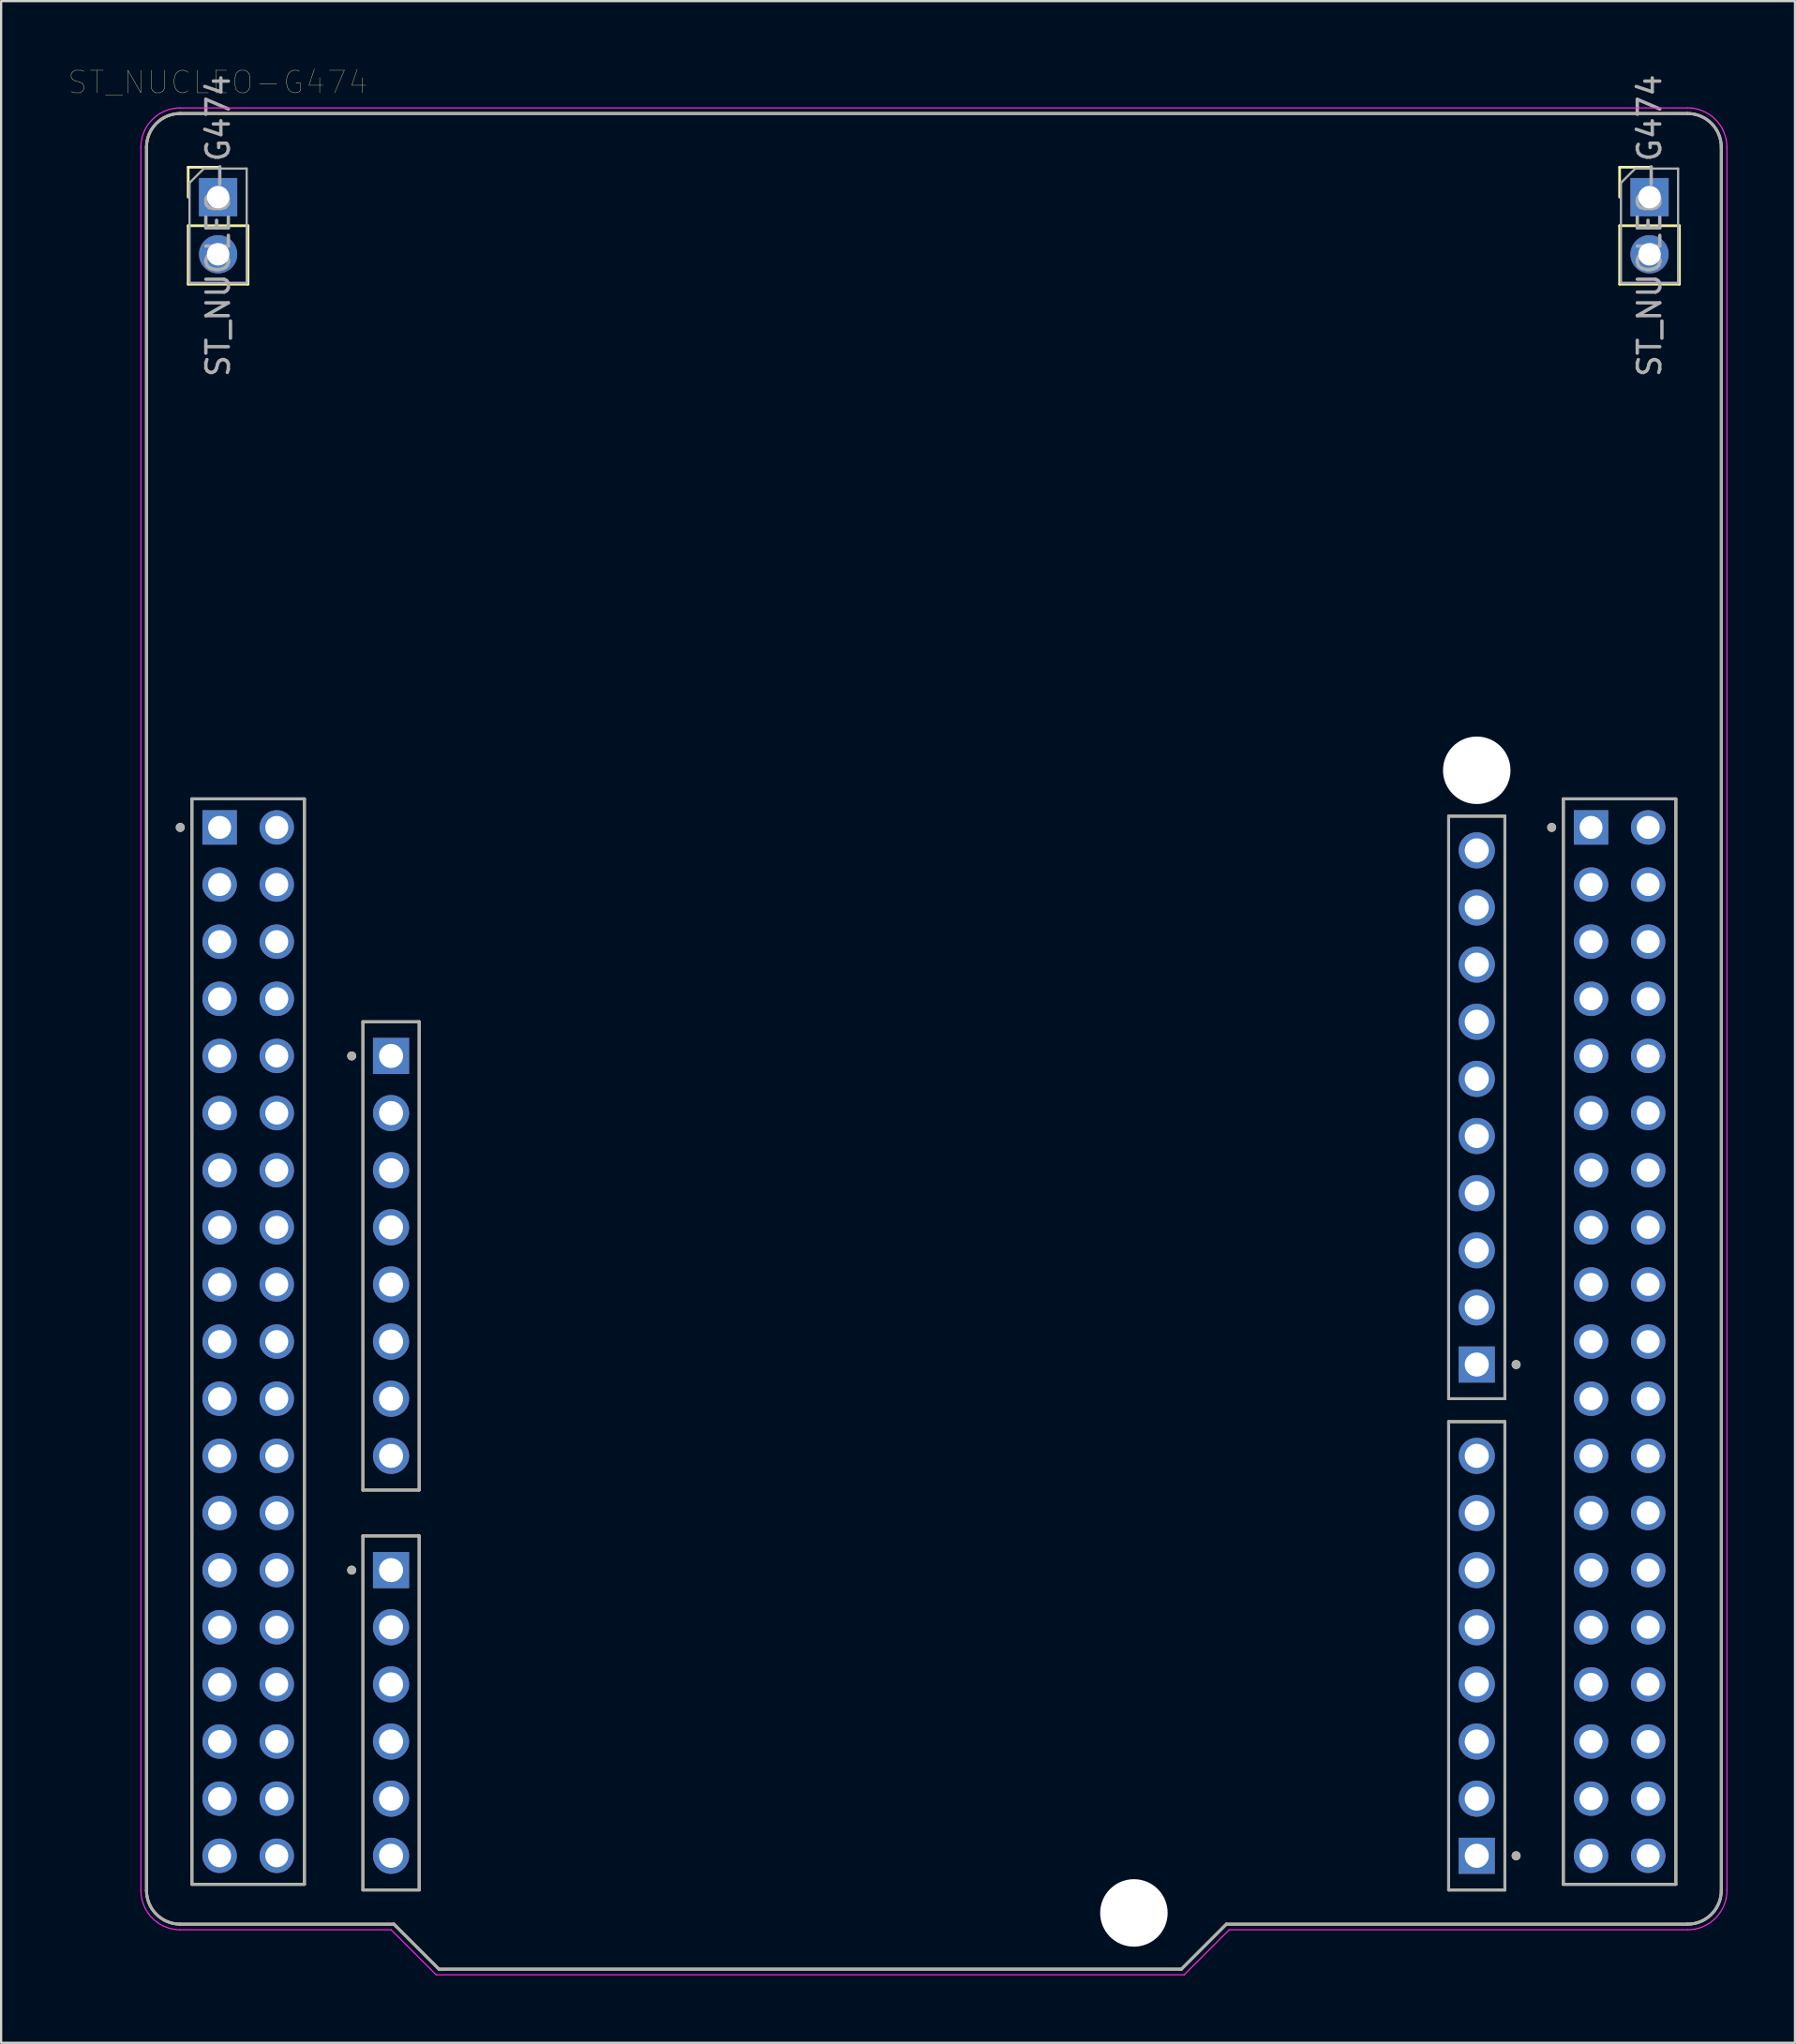
<source format=kicad_pcb>
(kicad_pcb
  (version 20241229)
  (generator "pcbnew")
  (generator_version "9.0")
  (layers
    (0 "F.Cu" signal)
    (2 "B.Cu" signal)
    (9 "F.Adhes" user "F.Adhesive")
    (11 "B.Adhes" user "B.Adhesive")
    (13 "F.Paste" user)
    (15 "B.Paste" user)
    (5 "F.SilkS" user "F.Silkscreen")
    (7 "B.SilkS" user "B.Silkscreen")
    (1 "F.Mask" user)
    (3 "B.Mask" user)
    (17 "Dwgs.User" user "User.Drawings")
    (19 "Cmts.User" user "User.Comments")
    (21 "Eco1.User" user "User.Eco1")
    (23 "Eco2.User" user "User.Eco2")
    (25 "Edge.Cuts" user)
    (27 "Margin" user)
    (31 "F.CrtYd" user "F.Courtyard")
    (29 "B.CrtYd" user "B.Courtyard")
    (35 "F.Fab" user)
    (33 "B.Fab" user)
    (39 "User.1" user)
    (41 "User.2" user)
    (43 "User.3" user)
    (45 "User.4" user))
  (footprint "ST_NUCLEO-G474"
    (layer "F.Cu")
    (at 38.462 43.246)
    (property "Reference" "ST_NUCLEO-G474" (at -31.825 -42.635 0) (layer "F.SilkS") (effects (font (size 1 1) (thickness 0.015))))
    (attr through_hole)
    (fp_line (start -35 37.75) (end -35 -39.75) (stroke (width 0.127) (type solid)) (layer "F.SilkS"))
    (fp_line (start -33.5 -41.25) (end 33.5 -41.25) (stroke (width 0.127) (type solid)) (layer "F.SilkS"))
    (fp_line (start -33.147 -38.862) (end -31.817 -38.862) (stroke (width 0.12) (type solid)) (layer "F.SilkS"))
    (fp_line (start -33.147 -37.532) (end -33.147 -38.862) (stroke (width 0.12) (type solid)) (layer "F.SilkS"))
    (fp_line (start -33.147 -36.262) (end -33.147 -33.662) (stroke (width 0.12) (type solid)) (layer "F.SilkS"))
    (fp_line (start -33.147 -36.262) (end -30.487 -36.262) (stroke (width 0.12) (type solid)) (layer "F.SilkS"))
    (fp_line (start -33.147 -33.662) (end -30.487 -33.662) (stroke (width 0.12) (type solid)) (layer "F.SilkS"))
    (fp_line (start -32.98 -10.78) (end -32.98 37.48) (stroke (width 0.127) (type solid)) (layer "F.SilkS"))
    (fp_line (start -32.98 37.48) (end -27.98 37.48) (stroke (width 0.127) (type solid)) (layer "F.SilkS"))
    (fp_line (start -30.487 -36.262) (end -30.487 -33.662) (stroke (width 0.12) (type solid)) (layer "F.SilkS"))
    (fp_line (start -27.98 -10.78) (end -32.98 -10.78) (stroke (width 0.127) (type solid)) (layer "F.SilkS"))
    (fp_line (start -27.98 37.48) (end -27.98 -10.78) (stroke (width 0.127) (type solid)) (layer "F.SilkS"))
    (fp_line (start -25.38 -0.87) (end -25.38 19.95) (stroke (width 0.127) (type solid)) (layer "F.SilkS"))
    (fp_line (start -25.38 19.95) (end -22.88 19.95) (stroke (width 0.127) (type solid)) (layer "F.SilkS"))
    (fp_line (start -25.38 21.99) (end -25.38 37.73) (stroke (width 0.127) (type solid)) (layer "F.SilkS"))
    (fp_line (start -25.38 37.73) (end -22.88 37.73) (stroke (width 0.127) (type solid)) (layer "F.SilkS"))
    (fp_line (start -24 39.25) (end -33.5 39.25) (stroke (width 0.127) (type solid)) (layer "F.SilkS"))
    (fp_line (start -22.88 -0.87) (end -25.38 -0.87) (stroke (width 0.127) (type solid)) (layer "F.SilkS"))
    (fp_line (start -22.88 19.95) (end -22.88 -0.87) (stroke (width 0.127) (type solid)) (layer "F.SilkS"))
    (fp_line (start -22.88 21.99) (end -25.38 21.99) (stroke (width 0.127) (type solid)) (layer "F.SilkS"))
    (fp_line (start -22.88 37.73) (end -22.88 21.99) (stroke (width 0.127) (type solid)) (layer "F.SilkS"))
    (fp_line (start -22 41.25) (end -24 39.25) (stroke (width 0.127) (type solid)) (layer "F.SilkS"))
    (fp_line (start 11 41.25) (end -22 41.25) (stroke (width 0.127) (type solid)) (layer "F.SilkS"))
    (fp_line (start 13 39.25) (end 11 41.25) (stroke (width 0.127) (type solid)) (layer "F.SilkS"))
    (fp_line (start 22.88 -10.01) (end 22.88 15.89) (stroke (width 0.127) (type solid)) (layer "F.SilkS"))
    (fp_line (start 22.88 15.89) (end 25.38 15.89) (stroke (width 0.127) (type solid)) (layer "F.SilkS"))
    (fp_line (start 22.88 16.91) (end 22.88 37.73) (stroke (width 0.127) (type solid)) (layer "F.SilkS"))
    (fp_line (start 22.88 37.73) (end 25.38 37.73) (stroke (width 0.127) (type solid)) (layer "F.SilkS"))
    (fp_line (start 25.38 -10.01) (end 22.88 -10.01) (stroke (width 0.127) (type solid)) (layer "F.SilkS"))
    (fp_line (start 25.38 15.89) (end 25.38 -10.01) (stroke (width 0.127) (type solid)) (layer "F.SilkS"))
    (fp_line (start 25.38 16.91) (end 22.88 16.91) (stroke (width 0.127) (type solid)) (layer "F.SilkS"))
    (fp_line (start 25.38 37.73) (end 25.38 16.91) (stroke (width 0.127) (type solid)) (layer "F.SilkS"))
    (fp_line (start 27.98 -10.78) (end 27.98 37.48) (stroke (width 0.127) (type solid)) (layer "F.SilkS"))
    (fp_line (start 27.98 37.48) (end 32.98 37.48) (stroke (width 0.127) (type solid)) (layer "F.SilkS"))
    (fp_line (start 30.48 -38.862) (end 31.81 -38.862) (stroke (width 0.12) (type solid)) (layer "F.SilkS"))
    (fp_line (start 30.48 -37.532) (end 30.48 -38.862) (stroke (width 0.12) (type solid)) (layer "F.SilkS"))
    (fp_line (start 30.48 -36.262) (end 30.48 -33.662) (stroke (width 0.12) (type solid)) (layer "F.SilkS"))
    (fp_line (start 30.48 -36.262) (end 33.14 -36.262) (stroke (width 0.12) (type solid)) (layer "F.SilkS"))
    (fp_line (start 30.48 -33.662) (end 33.14 -33.662) (stroke (width 0.12) (type solid)) (layer "F.SilkS"))
    (fp_line (start 32.98 -10.78) (end 27.98 -10.78) (stroke (width 0.127) (type solid)) (layer "F.SilkS"))
    (fp_line (start 32.98 37.48) (end 32.98 -10.78) (stroke (width 0.127) (type solid)) (layer "F.SilkS"))
    (fp_line (start 33.14 -36.262) (end 33.14 -33.662) (stroke (width 0.12) (type solid)) (layer "F.SilkS"))
    (fp_line (start 33.5 39.25) (end 13 39.25) (stroke (width 0.127) (type solid)) (layer "F.SilkS"))
    (fp_line (start 35 -39.75) (end 35 37.75) (stroke (width 0.127) (type solid)) (layer "F.SilkS"))
    (fp_arc (start -35 -39.75) (mid -34.56066 -40.81066) (end -33.5 -41.25) (stroke (width 0.127) (type solid)) (layer "F.SilkS"))
    (fp_arc (start -33.5 39.25) (mid -34.56066 38.81066) (end -35 37.75) (stroke (width 0.127) (type solid)) (layer "F.SilkS"))
    (fp_arc (start 33.5 -41.25) (mid 34.56066 -40.81066) (end 35 -39.75) (stroke (width 0.127) (type solid)) (layer "F.SilkS"))
    (fp_arc (start 35 37.75) (mid 34.56066 38.81066) (end 33.5 39.25) (stroke (width 0.127) (type solid)) (layer "F.SilkS"))
    (fp_circle (center -33.5 -9.51) (end -33.4 -9.51) (stroke (width 0.2) (type solid)) (fill no) (layer "F.SilkS"))
    (fp_circle (center -25.88 0.65) (end -25.78 0.65) (stroke (width 0.2) (type solid)) (fill no) (layer "F.SilkS"))
    (fp_circle (center -25.88 23.51) (end -25.78 23.51) (stroke (width 0.2) (type solid)) (fill no) (layer "F.SilkS"))
    (fp_circle (center 25.88 14.37) (end 25.98 14.37) (stroke (width 0.2) (type solid)) (fill no) (layer "F.SilkS"))
    (fp_circle (center 25.88 36.21) (end 25.98 36.21) (stroke (width 0.2) (type solid)) (fill no) (layer "F.SilkS"))
    (fp_circle (center 27.46 -9.51) (end 27.56 -9.51) (stroke (width 0.2) (type solid)) (fill no) (layer "F.SilkS"))
    (fp_line (start -35.25 37.75) (end -35.25 -39.75) (stroke (width 0.05) (type solid)) (layer "F.CrtYd"))
    (fp_line (start -33.5 -41.5) (end 33.5 -41.5) (stroke (width 0.05) (type solid)) (layer "F.CrtYd"))
    (fp_line (start -24.125 39.5) (end -33.5 39.5) (stroke (width 0.05) (type solid)) (layer "F.CrtYd"))
    (fp_line (start -22.125 41.5) (end -24.125 39.5) (stroke (width 0.05) (type solid)) (layer "F.CrtYd"))
    (fp_line (start 11.125 41.5) (end -22.125 41.5) (stroke (width 0.05) (type solid)) (layer "F.CrtYd"))
    (fp_line (start 13.125 39.5) (end 11.125 41.5) (stroke (width 0.05) (type solid)) (layer "F.CrtYd"))
    (fp_line (start 33.5 39.5) (end 13.125 39.5) (stroke (width 0.05) (type solid)) (layer "F.CrtYd"))
    (fp_line (start 35.25 -39.75) (end 35.25 37.75) (stroke (width 0.05) (type solid)) (layer "F.CrtYd"))
    (fp_arc (start -35.25 -39.75) (mid -34.737437 -40.987437) (end -33.5 -41.5) (stroke (width 0.05) (type solid)) (layer "F.CrtYd"))
    (fp_arc (start -33.5 39.5) (mid -34.737437 38.987437) (end -35.25 37.75) (stroke (width 0.05) (type solid)) (layer "F.CrtYd"))
    (fp_arc (start 33.5 -41.5) (mid 34.737437 -40.987437) (end 35.25 -39.75) (stroke (width 0.05) (type solid)) (layer "F.CrtYd"))
    (fp_arc (start 35.25 37.75) (mid 34.737437 38.987437) (end 33.5 39.5) (stroke (width 0.05) (type solid)) (layer "F.CrtYd"))
    (fp_line (start -35 37.75) (end -35 -39.75) (stroke (width 0.127) (type solid)) (layer "F.Fab"))
    (fp_line (start -33.5 -41.25) (end 33.5 -41.25) (stroke (width 0.127) (type solid)) (layer "F.Fab"))
    (fp_line (start -33.087 -38.167) (end -32.452 -38.802) (stroke (width 0.1) (type solid)) (layer "F.Fab"))
    (fp_line (start -33.087 -33.722) (end -33.087 -38.167) (stroke (width 0.1) (type solid)) (layer "F.Fab"))
    (fp_line (start -32.98 -10.78) (end -32.98 37.48) (stroke (width 0.127) (type solid)) (layer "F.Fab"))
    (fp_line (start -32.98 37.48) (end -27.98 37.48) (stroke (width 0.127) (type solid)) (layer "F.Fab"))
    (fp_line (start -32.452 -38.802) (end -30.547 -38.802) (stroke (width 0.1) (type solid)) (layer "F.Fab"))
    (fp_line (start -30.547 -38.802) (end -30.547 -33.722) (stroke (width 0.1) (type solid)) (layer "F.Fab"))
    (fp_line (start -30.547 -33.722) (end -33.087 -33.722) (stroke (width 0.1) (type solid)) (layer "F.Fab"))
    (fp_line (start -27.98 -10.78) (end -32.98 -10.78) (stroke (width 0.127) (type solid)) (layer "F.Fab"))
    (fp_line (start -27.98 37.48) (end -27.98 -10.78) (stroke (width 0.127) (type solid)) (layer "F.Fab"))
    (fp_line (start -25.38 -0.87) (end -25.38 19.95) (stroke (width 0.127) (type solid)) (layer "F.Fab"))
    (fp_line (start -25.38 19.95) (end -22.88 19.95) (stroke (width 0.127) (type solid)) (layer "F.Fab"))
    (fp_line (start -25.38 21.99) (end -25.38 37.73) (stroke (width 0.127) (type solid)) (layer "F.Fab"))
    (fp_line (start -25.38 37.73) (end -22.88 37.73) (stroke (width 0.127) (type solid)) (layer "F.Fab"))
    (fp_line (start -24 39.25) (end -33.5 39.25) (stroke (width 0.127) (type solid)) (layer "F.Fab"))
    (fp_line (start -22.88 -0.87) (end -25.38 -0.87) (stroke (width 0.127) (type solid)) (layer "F.Fab"))
    (fp_line (start -22.88 19.95) (end -22.88 -0.87) (stroke (width 0.127) (type solid)) (layer "F.Fab"))
    (fp_line (start -22.88 21.99) (end -25.38 21.99) (stroke (width 0.127) (type solid)) (layer "F.Fab"))
    (fp_line (start -22.88 37.73) (end -22.88 21.99) (stroke (width 0.127) (type solid)) (layer "F.Fab"))
    (fp_line (start -22 41.25) (end -24 39.25) (stroke (width 0.127) (type solid)) (layer "F.Fab"))
    (fp_line (start 11 41.25) (end -22 41.25) (stroke (width 0.127) (type solid)) (layer "F.Fab"))
    (fp_line (start 13 39.25) (end 11 41.25) (stroke (width 0.127) (type solid)) (layer "F.Fab"))
    (fp_line (start 22.88 -10.01) (end 22.88 15.89) (stroke (width 0.127) (type solid)) (layer "F.Fab"))
    (fp_line (start 22.88 15.89) (end 25.38 15.89) (stroke (width 0.127) (type solid)) (layer "F.Fab"))
    (fp_line (start 22.88 16.91) (end 22.88 37.73) (stroke (width 0.127) (type solid)) (layer "F.Fab"))
    (fp_line (start 22.88 37.73) (end 25.38 37.73) (stroke (width 0.127) (type solid)) (layer "F.Fab"))
    (fp_line (start 25.38 -10.01) (end 22.88 -10.01) (stroke (width 0.127) (type solid)) (layer "F.Fab"))
    (fp_line (start 25.38 15.89) (end 25.38 -10.01) (stroke (width 0.127) (type solid)) (layer "F.Fab"))
    (fp_line (start 25.38 16.91) (end 22.88 16.91) (stroke (width 0.127) (type solid)) (layer "F.Fab"))
    (fp_line (start 25.38 37.73) (end 25.38 16.91) (stroke (width 0.127) (type solid)) (layer "F.Fab"))
    (fp_line (start 27.98 -10.78) (end 27.98 37.48) (stroke (width 0.127) (type solid)) (layer "F.Fab"))
    (fp_line (start 27.98 37.48) (end 32.98 37.48) (stroke (width 0.127) (type solid)) (layer "F.Fab"))
    (fp_line (start 30.54 -38.167) (end 31.175 -38.802) (stroke (width 0.1) (type solid)) (layer "F.Fab"))
    (fp_line (start 30.54 -33.722) (end 30.54 -38.167) (stroke (width 0.1) (type solid)) (layer "F.Fab"))
    (fp_line (start 31.175 -38.802) (end 33.08 -38.802) (stroke (width 0.1) (type solid)) (layer "F.Fab"))
    (fp_line (start 32.98 -10.78) (end 27.98 -10.78) (stroke (width 0.127) (type solid)) (layer "F.Fab"))
    (fp_line (start 32.98 37.48) (end 32.98 -10.78) (stroke (width 0.127) (type solid)) (layer "F.Fab"))
    (fp_line (start 33.08 -38.802) (end 33.08 -33.722) (stroke (width 0.1) (type solid)) (layer "F.Fab"))
    (fp_line (start 33.08 -33.722) (end 30.54 -33.722) (stroke (width 0.1) (type solid)) (layer "F.Fab"))
    (fp_line (start 33.5 39.25) (end 13 39.25) (stroke (width 0.127) (type solid)) (layer "F.Fab"))
    (fp_line (start 35 -39.75) (end 35 37.75) (stroke (width 0.127) (type solid)) (layer "F.Fab"))
    (fp_arc (start -35 -39.75) (mid -34.56066 -40.81066) (end -33.5 -41.25) (stroke (width 0.127) (type solid)) (layer "F.Fab"))
    (fp_arc (start -33.5 39.25) (mid -34.56066 38.81066) (end -35 37.75) (stroke (width 0.127) (type solid)) (layer "F.Fab"))
    (fp_arc (start 33.5 -41.25) (mid 34.56066 -40.81066) (end 35 -39.75) (stroke (width 0.127) (type solid)) (layer "F.Fab"))
    (fp_arc (start 35 37.75) (mid 34.56066 38.81066) (end 33.5 39.25) (stroke (width 0.127) (type solid)) (layer "F.Fab"))
    (fp_circle (center -33.5 -9.51) (end -33.4 -9.51) (stroke (width 0.2) (type solid)) (fill no) (layer "F.Fab"))
    (fp_circle (center -25.88 0.65) (end -25.78 0.65) (stroke (width 0.2) (type solid)) (fill no) (layer "F.Fab"))
    (fp_circle (center -25.88 23.51) (end -25.78 23.51) (stroke (width 0.2) (type solid)) (fill no) (layer "F.Fab"))
    (fp_circle (center 25.88 14.37) (end 25.98 14.37) (stroke (width 0.2) (type solid)) (fill no) (layer "F.Fab"))
    (fp_circle (center 25.88 36.21) (end 25.98 36.21) (stroke (width 0.2) (type solid)) (fill no) (layer "F.Fab"))
    (fp_circle (center 27.46 -9.51) (end 27.56 -9.51) (stroke (width 0.2) (type solid)) (fill no) (layer "F.Fab"))
    (fp_text user "${REFERENCE}" (at -31.817 -36.262 90) (layer "F.Fab") (effects (font (size 1 1) (thickness 0.15))))
    (fp_text user "${REFERENCE}" (at 31.81 -36.262 90) (layer "F.Fab") (effects (font (size 1 1) (thickness 0.15))))
    (pad "" np_thru_hole circle (at 8.89 38.75) (size 3 3) (drill 3) (layers "*.Cu" "*.Mask"))
    (pad "" np_thru_hole circle (at 24.13 -12.05) (size 3 3) (drill 3) (layers "*.Cu" "*.Mask"))
    (pad "1" thru_hole rect (at -31.817 -37.532) (size 1.7 1.7) (drill 1) (layers "*.Cu" "*.Mask"))
    (pad "1" thru_hole rect (at 31.81 -37.532) (size 1.7 1.7) (drill 1) (layers "*.Cu" "*.Mask"))
    (pad "2" thru_hole oval (at -31.817 -34.992) (size 1.7 1.7) (drill 1) (layers "*.Cu" "*.Mask"))
    (pad "2" thru_hole oval (at 31.81 -34.992) (size 1.7 1.7) (drill 1) (layers "*.Cu" "*.Mask"))
    (pad "CN5_1" thru_hole rect (at 24.13 14.37) (size 1.605 1.605) (drill 1.07) (layers "*.Cu" "*.Mask"))
    (pad "CN5_2" thru_hole circle (at 24.13 11.83) (size 1.605 1.605) (drill 1.07) (layers "*.Cu" "*.Mask"))
    (pad "CN5_3" thru_hole circle (at 24.13 9.29) (size 1.605 1.605) (drill 1.07) (layers "*.Cu" "*.Mask"))
    (pad "CN5_4" thru_hole circle (at 24.13 6.75) (size 1.605 1.605) (drill 1.07) (layers "*.Cu" "*.Mask"))
    (pad "CN5_5" thru_hole circle (at 24.13 4.21) (size 1.605 1.605) (drill 1.07) (layers "*.Cu" "*.Mask"))
    (pad "CN5_6" thru_hole circle (at 24.13 1.67) (size 1.605 1.605) (drill 1.07) (layers "*.Cu" "*.Mask"))
    (pad "CN5_7" thru_hole circle (at 24.13 -0.87) (size 1.605 1.605) (drill 1.07) (layers "*.Cu" "*.Mask"))
    (pad "CN5_8" thru_hole circle (at 24.13 -3.41) (size 1.605 1.605) (drill 1.07) (layers "*.Cu" "*.Mask"))
    (pad "CN5_9" thru_hole circle (at 24.13 -5.95) (size 1.605 1.605) (drill 1.07) (layers "*.Cu" "*.Mask"))
    (pad "CN5_10" thru_hole circle (at 24.13 -8.49) (size 1.605 1.605) (drill 1.07) (layers "*.Cu" "*.Mask"))
    (pad "CN6_1" thru_hole rect (at -24.13 0.65) (size 1.605 1.605) (drill 1.07) (layers "*.Cu" "*.Mask"))
    (pad "CN6_2" thru_hole circle (at -24.13 3.19) (size 1.605 1.605) (drill 1.07) (layers "*.Cu" "*.Mask"))
    (pad "CN6_3" thru_hole circle (at -24.13 5.73) (size 1.605 1.605) (drill 1.07) (layers "*.Cu" "*.Mask"))
    (pad "CN6_4" thru_hole circle (at -24.13 8.27) (size 1.605 1.605) (drill 1.07) (layers "*.Cu" "*.Mask"))
    (pad "CN6_5" thru_hole circle (at -24.13 10.81) (size 1.605 1.605) (drill 1.07) (layers "*.Cu" "*.Mask"))
    (pad "CN6_6" thru_hole circle (at -24.13 13.35) (size 1.605 1.605) (drill 1.07) (layers "*.Cu" "*.Mask"))
    (pad "CN6_7" thru_hole circle (at -24.13 15.89) (size 1.605 1.605) (drill 1.07) (layers "*.Cu" "*.Mask"))
    (pad "CN6_8" thru_hole circle (at -24.13 18.43) (size 1.605 1.605) (drill 1.07) (layers "*.Cu" "*.Mask"))
    (pad "CN7_1" thru_hole rect (at -31.75 -9.51) (size 1.53 1.53) (drill 1.02) (layers "*.Cu" "*.Mask"))
    (pad "CN7_2" thru_hole circle (at -29.21 -9.51) (size 1.53 1.53) (drill 1.02) (layers "*.Cu" "*.Mask"))
    (pad "CN7_3" thru_hole circle (at -31.75 -6.97) (size 1.53 1.53) (drill 1.02) (layers "*.Cu" "*.Mask"))
    (pad "CN7_4" thru_hole circle (at -29.21 -6.97) (size 1.53 1.53) (drill 1.02) (layers "*.Cu" "*.Mask"))
    (pad "CN7_5" thru_hole circle (at -31.75 -4.43) (size 1.53 1.53) (drill 1.02) (layers "*.Cu" "*.Mask"))
    (pad "CN7_6" thru_hole circle (at -29.21 -4.43) (size 1.53 1.53) (drill 1.02) (layers "*.Cu" "*.Mask"))
    (pad "CN7_7" thru_hole circle (at -31.75 -1.89) (size 1.53 1.53) (drill 1.02) (layers "*.Cu" "*.Mask"))
    (pad "CN7_8" thru_hole circle (at -29.21 -1.89) (size 1.53 1.53) (drill 1.02) (layers "*.Cu" "*.Mask"))
    (pad "CN7_9" thru_hole circle (at -31.75 0.65) (size 1.53 1.53) (drill 1.02) (layers "*.Cu" "*.Mask"))
    (pad "CN7_10" thru_hole circle (at -29.21 0.65) (size 1.53 1.53) (drill 1.02) (layers "*.Cu" "*.Mask"))
    (pad "CN7_11" thru_hole circle (at -31.75 3.19) (size 1.53 1.53) (drill 1.02) (layers "*.Cu" "*.Mask"))
    (pad "CN7_12" thru_hole circle (at -29.21 3.19) (size 1.53 1.53) (drill 1.02) (layers "*.Cu" "*.Mask"))
    (pad "CN7_13" thru_hole circle (at -31.75 5.73) (size 1.53 1.53) (drill 1.02) (layers "*.Cu" "*.Mask"))
    (pad "CN7_14" thru_hole circle (at -29.21 5.73) (size 1.53 1.53) (drill 1.02) (layers "*.Cu" "*.Mask"))
    (pad "CN7_15" thru_hole circle (at -31.75 8.27) (size 1.53 1.53) (drill 1.02) (layers "*.Cu" "*.Mask"))
    (pad "CN7_16" thru_hole circle (at -29.21 8.27) (size 1.53 1.53) (drill 1.02) (layers "*.Cu" "*.Mask"))
    (pad "CN7_17" thru_hole circle (at -31.75 10.81) (size 1.53 1.53) (drill 1.02) (layers "*.Cu" "*.Mask"))
    (pad "CN7_18" thru_hole circle (at -29.21 10.81) (size 1.53 1.53) (drill 1.02) (layers "*.Cu" "*.Mask"))
    (pad "CN7_19" thru_hole circle (at -31.75 13.35) (size 1.53 1.53) (drill 1.02) (layers "*.Cu" "*.Mask"))
    (pad "CN7_20" thru_hole circle (at -29.21 13.35) (size 1.53 1.53) (drill 1.02) (layers "*.Cu" "*.Mask"))
    (pad "CN7_21" thru_hole circle (at -31.75 15.89) (size 1.53 1.53) (drill 1.02) (layers "*.Cu" "*.Mask"))
    (pad "CN7_22" thru_hole circle (at -29.21 15.89) (size 1.53 1.53) (drill 1.02) (layers "*.Cu" "*.Mask"))
    (pad "CN7_23" thru_hole circle (at -31.75 18.43) (size 1.53 1.53) (drill 1.02) (layers "*.Cu" "*.Mask"))
    (pad "CN7_24" thru_hole circle (at -29.21 18.43) (size 1.53 1.53) (drill 1.02) (layers "*.Cu" "*.Mask"))
    (pad "CN7_25" thru_hole circle (at -31.75 20.97) (size 1.53 1.53) (drill 1.02) (layers "*.Cu" "*.Mask"))
    (pad "CN7_26" thru_hole circle (at -29.21 20.97) (size 1.53 1.53) (drill 1.02) (layers "*.Cu" "*.Mask"))
    (pad "CN7_27" thru_hole circle (at -31.75 23.51) (size 1.53 1.53) (drill 1.02) (layers "*.Cu" "*.Mask"))
    (pad "CN7_28" thru_hole circle (at -29.21 23.51) (size 1.53 1.53) (drill 1.02) (layers "*.Cu" "*.Mask"))
    (pad "CN7_29" thru_hole circle (at -31.75 26.05) (size 1.53 1.53) (drill 1.02) (layers "*.Cu" "*.Mask"))
    (pad "CN7_30" thru_hole circle (at -29.21 26.05) (size 1.53 1.53) (drill 1.02) (layers "*.Cu" "*.Mask"))
    (pad "CN7_31" thru_hole circle (at -31.75 28.59) (size 1.53 1.53) (drill 1.02) (layers "*.Cu" "*.Mask"))
    (pad "CN7_32" thru_hole circle (at -29.21 28.59) (size 1.53 1.53) (drill 1.02) (layers "*.Cu" "*.Mask"))
    (pad "CN7_33" thru_hole circle (at -31.75 31.13) (size 1.53 1.53) (drill 1.02) (layers "*.Cu" "*.Mask"))
    (pad "CN7_34" thru_hole circle (at -29.21 31.13) (size 1.53 1.53) (drill 1.02) (layers "*.Cu" "*.Mask"))
    (pad "CN7_35" thru_hole circle (at -31.75 33.67) (size 1.53 1.53) (drill 1.02) (layers "*.Cu" "*.Mask"))
    (pad "CN7_36" thru_hole circle (at -29.21 33.67) (size 1.53 1.53) (drill 1.02) (layers "*.Cu" "*.Mask"))
    (pad "CN7_37" thru_hole circle (at -31.75 36.21) (size 1.53 1.53) (drill 1.02) (layers "*.Cu" "*.Mask"))
    (pad "CN7_38" thru_hole circle (at -29.21 36.21) (size 1.53 1.53) (drill 1.02) (layers "*.Cu" "*.Mask"))
    (pad "CN8_1" thru_hole rect (at -24.13 23.51) (size 1.605 1.605) (drill 1.07) (layers "*.Cu" "*.Mask"))
    (pad "CN8_2" thru_hole circle (at -24.13 26.05) (size 1.605 1.605) (drill 1.07) (layers "*.Cu" "*.Mask"))
    (pad "CN8_3" thru_hole circle (at -24.13 28.59) (size 1.605 1.605) (drill 1.07) (layers "*.Cu" "*.Mask"))
    (pad "CN8_4" thru_hole circle (at -24.13 31.13) (size 1.605 1.605) (drill 1.07) (layers "*.Cu" "*.Mask"))
    (pad "CN8_5" thru_hole circle (at -24.13 33.67) (size 1.605 1.605) (drill 1.07) (layers "*.Cu" "*.Mask"))
    (pad "CN8_6" thru_hole circle (at -24.13 36.21) (size 1.605 1.605) (drill 1.07) (layers "*.Cu" "*.Mask"))
    (pad "CN9_1" thru_hole rect (at 24.13 36.21) (size 1.605 1.605) (drill 1.07) (layers "*.Cu" "*.Mask"))
    (pad "CN9_2" thru_hole circle (at 24.13 33.67) (size 1.605 1.605) (drill 1.07) (layers "*.Cu" "*.Mask"))
    (pad "CN9_3" thru_hole circle (at 24.13 31.13) (size 1.605 1.605) (drill 1.07) (layers "*.Cu" "*.Mask"))
    (pad "CN9_4" thru_hole circle (at 24.13 28.59) (size 1.605 1.605) (drill 1.07) (layers "*.Cu" "*.Mask"))
    (pad "CN9_5" thru_hole circle (at 24.13 26.05) (size 1.605 1.605) (drill 1.07) (layers "*.Cu" "*.Mask"))
    (pad "CN9_6" thru_hole circle (at 24.13 23.51) (size 1.605 1.605) (drill 1.07) (layers "*.Cu" "*.Mask"))
    (pad "CN9_7" thru_hole circle (at 24.13 20.97) (size 1.605 1.605) (drill 1.07) (layers "*.Cu" "*.Mask"))
    (pad "CN9_8" thru_hole circle (at 24.13 18.43) (size 1.605 1.605) (drill 1.07) (layers "*.Cu" "*.Mask"))
    (pad "CN10_1" thru_hole rect (at 29.21 -9.51) (size 1.53 1.53) (drill 1.02) (layers "*.Cu" "*.Mask"))
    (pad "CN10_2" thru_hole circle (at 31.75 -9.51) (size 1.53 1.53) (drill 1.02) (layers "*.Cu" "*.Mask"))
    (pad "CN10_3" thru_hole circle (at 29.21 -6.97) (size 1.53 1.53) (drill 1.02) (layers "*.Cu" "*.Mask"))
    (pad "CN10_4" thru_hole circle (at 31.75 -6.97) (size 1.53 1.53) (drill 1.02) (layers "*.Cu" "*.Mask"))
    (pad "CN10_5" thru_hole circle (at 29.21 -4.43) (size 1.53 1.53) (drill 1.02) (layers "*.Cu" "*.Mask"))
    (pad "CN10_6" thru_hole circle (at 31.75 -4.43) (size 1.53 1.53) (drill 1.02) (layers "*.Cu" "*.Mask"))
    (pad "CN10_7" thru_hole circle (at 29.21 -1.89) (size 1.53 1.53) (drill 1.02) (layers "*.Cu" "*.Mask"))
    (pad "CN10_8" thru_hole circle (at 31.75 -1.89) (size 1.53 1.53) (drill 1.02) (layers "*.Cu" "*.Mask"))
    (pad "CN10_9" thru_hole circle (at 29.21 0.65) (size 1.53 1.53) (drill 1.02) (layers "*.Cu" "*.Mask"))
    (pad "CN10_10" thru_hole circle (at 31.75 0.65) (size 1.53 1.53) (drill 1.02) (layers "*.Cu" "*.Mask"))
    (pad "CN10_11" thru_hole circle (at 29.21 3.19) (size 1.53 1.53) (drill 1.02) (layers "*.Cu" "*.Mask"))
    (pad "CN10_12" thru_hole circle (at 31.75 3.19) (size 1.53 1.53) (drill 1.02) (layers "*.Cu" "*.Mask"))
    (pad "CN10_13" thru_hole circle (at 29.21 5.73) (size 1.53 1.53) (drill 1.02) (layers "*.Cu" "*.Mask"))
    (pad "CN10_14" thru_hole circle (at 31.75 5.73) (size 1.53 1.53) (drill 1.02) (layers "*.Cu" "*.Mask"))
    (pad "CN10_15" thru_hole circle (at 29.21 8.27) (size 1.53 1.53) (drill 1.02) (layers "*.Cu" "*.Mask"))
    (pad "CN10_16" thru_hole circle (at 31.75 8.27) (size 1.53 1.53) (drill 1.02) (layers "*.Cu" "*.Mask"))
    (pad "CN10_17" thru_hole circle (at 29.21 10.81) (size 1.53 1.53) (drill 1.02) (layers "*.Cu" "*.Mask"))
    (pad "CN10_18" thru_hole circle (at 31.75 10.81) (size 1.53 1.53) (drill 1.02) (layers "*.Cu" "*.Mask"))
    (pad "CN10_19" thru_hole circle (at 29.21 13.35) (size 1.53 1.53) (drill 1.02) (layers "*.Cu" "*.Mask"))
    (pad "CN10_20" thru_hole circle (at 31.75 13.35) (size 1.53 1.53) (drill 1.02) (layers "*.Cu" "*.Mask"))
    (pad "CN10_21" thru_hole circle (at 29.21 15.89) (size 1.53 1.53) (drill 1.02) (layers "*.Cu" "*.Mask"))
    (pad "CN10_22" thru_hole circle (at 31.75 15.89) (size 1.53 1.53) (drill 1.02) (layers "*.Cu" "*.Mask"))
    (pad "CN10_23" thru_hole circle (at 29.21 18.43) (size 1.53 1.53) (drill 1.02) (layers "*.Cu" "*.Mask"))
    (pad "CN10_24" thru_hole circle (at 31.75 18.43) (size 1.53 1.53) (drill 1.02) (layers "*.Cu" "*.Mask"))
    (pad "CN10_25" thru_hole circle (at 29.21 20.97) (size 1.53 1.53) (drill 1.02) (layers "*.Cu" "*.Mask"))
    (pad "CN10_26" thru_hole circle (at 31.75 20.97) (size 1.53 1.53) (drill 1.02) (layers "*.Cu" "*.Mask"))
    (pad "CN10_27" thru_hole circle (at 29.21 23.51) (size 1.53 1.53) (drill 1.02) (layers "*.Cu" "*.Mask"))
    (pad "CN10_28" thru_hole circle (at 31.75 23.51) (size 1.53 1.53) (drill 1.02) (layers "*.Cu" "*.Mask"))
    (pad "CN10_29" thru_hole circle (at 29.21 26.05) (size 1.53 1.53) (drill 1.02) (layers "*.Cu" "*.Mask"))
    (pad "CN10_30" thru_hole circle (at 31.75 26.05) (size 1.53 1.53) (drill 1.02) (layers "*.Cu" "*.Mask"))
    (pad "CN10_31" thru_hole circle (at 29.21 28.59) (size 1.53 1.53) (drill 1.02) (layers "*.Cu" "*.Mask"))
    (pad "CN10_32" thru_hole circle (at 31.75 28.59) (size 1.53 1.53) (drill 1.02) (layers "*.Cu" "*.Mask"))
    (pad "CN10_33" thru_hole circle (at 29.21 31.13) (size 1.53 1.53) (drill 1.02) (layers "*.Cu" "*.Mask"))
    (pad "CN10_34" thru_hole circle (at 31.75 31.13) (size 1.53 1.53) (drill 1.02) (layers "*.Cu" "*.Mask"))
    (pad "CN10_35" thru_hole circle (at 29.21 33.67) (size 1.53 1.53) (drill 1.02) (layers "*.Cu" "*.Mask"))
    (pad "CN10_36" thru_hole circle (at 31.75 33.67) (size 1.53 1.53) (drill 1.02) (layers "*.Cu" "*.Mask"))
    (pad "CN10_37" thru_hole circle (at 29.21 36.21) (size 1.53 1.53) (drill 1.02) (layers "*.Cu" "*.Mask"))
    (pad "CN10_38" thru_hole circle (at 31.75 36.21) (size 1.53 1.53) (drill 1.02) (layers "*.Cu" "*.Mask")))
  (gr_rect
    (start -3 -3)
    (end 76.737 87.771)
    (stroke (width 0.1) (type default))
    (fill no)
    (layer "Edge.Cuts")))
</source>
